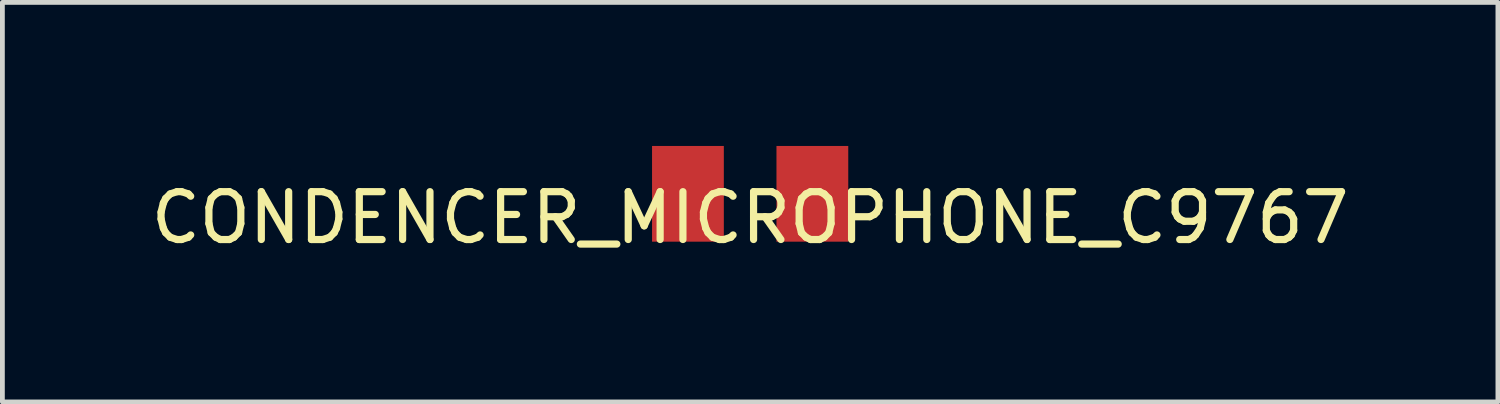
<source format=kicad_pcb>
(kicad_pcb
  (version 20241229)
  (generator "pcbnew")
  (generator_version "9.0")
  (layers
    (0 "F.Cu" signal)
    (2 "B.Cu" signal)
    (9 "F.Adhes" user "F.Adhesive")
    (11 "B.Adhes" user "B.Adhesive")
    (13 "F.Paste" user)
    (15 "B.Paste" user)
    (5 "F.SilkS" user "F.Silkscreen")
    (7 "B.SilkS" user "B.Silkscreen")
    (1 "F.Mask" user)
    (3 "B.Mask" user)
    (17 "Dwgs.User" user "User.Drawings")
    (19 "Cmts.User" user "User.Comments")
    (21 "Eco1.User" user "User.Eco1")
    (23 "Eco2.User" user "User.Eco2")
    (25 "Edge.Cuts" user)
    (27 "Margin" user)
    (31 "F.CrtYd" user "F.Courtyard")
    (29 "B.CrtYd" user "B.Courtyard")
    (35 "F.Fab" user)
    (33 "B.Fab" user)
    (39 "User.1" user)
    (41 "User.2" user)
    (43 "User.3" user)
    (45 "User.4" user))
  (footprint "CONDENCER_MICROPHONE_C9767"
    (layer "F.Cu")
    (at 12.625 1)
    (property "Reference" "CONDENCER_MICROPHONE_C9767" (at 0 0.5 0) (layer "F.SilkS") (effects (font (size 1 1) (thickness 0.15))))
    (attr through_hole)
    (pad "1" smd rect (at -1.3 0) (size 1.5 2) (layers "F.Cu" "F.Mask" "F.Paste"))
    (pad "2" smd rect (at 1.3 0) (size 1.5 2) (layers "F.Cu" "F.Mask" "F.Paste")))
  (gr_rect
    (start -3 -3)
    (end 28.25 5.348)
    (stroke (width 0.1) (type default))
    (fill no)
    (layer "Edge.Cuts")))
</source>
